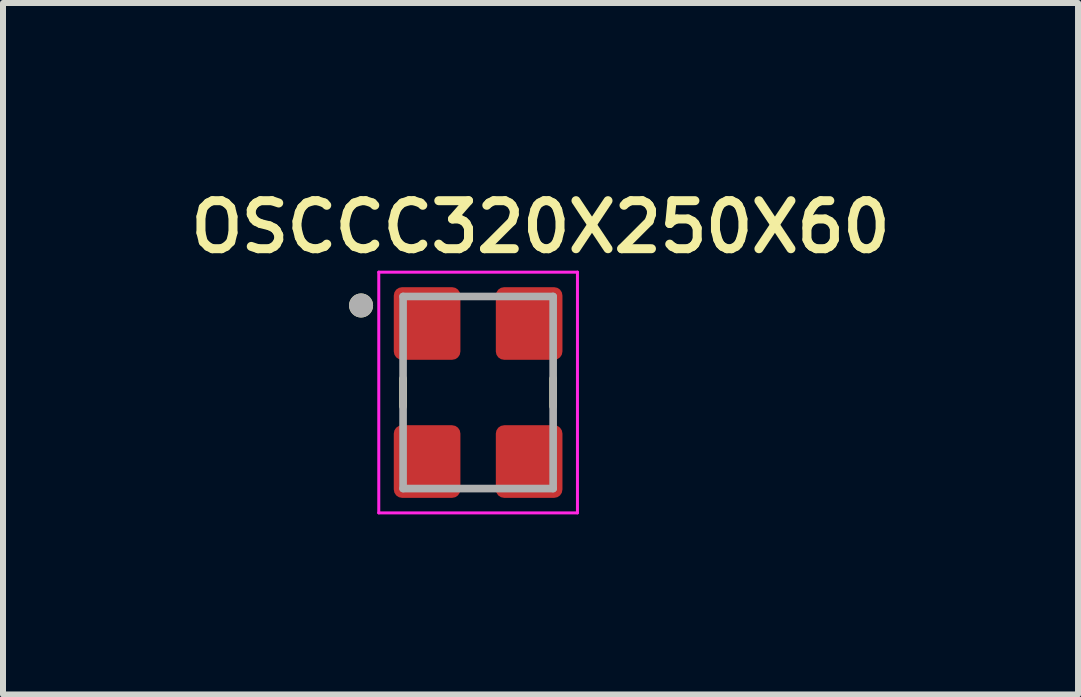
<source format=kicad_pcb>
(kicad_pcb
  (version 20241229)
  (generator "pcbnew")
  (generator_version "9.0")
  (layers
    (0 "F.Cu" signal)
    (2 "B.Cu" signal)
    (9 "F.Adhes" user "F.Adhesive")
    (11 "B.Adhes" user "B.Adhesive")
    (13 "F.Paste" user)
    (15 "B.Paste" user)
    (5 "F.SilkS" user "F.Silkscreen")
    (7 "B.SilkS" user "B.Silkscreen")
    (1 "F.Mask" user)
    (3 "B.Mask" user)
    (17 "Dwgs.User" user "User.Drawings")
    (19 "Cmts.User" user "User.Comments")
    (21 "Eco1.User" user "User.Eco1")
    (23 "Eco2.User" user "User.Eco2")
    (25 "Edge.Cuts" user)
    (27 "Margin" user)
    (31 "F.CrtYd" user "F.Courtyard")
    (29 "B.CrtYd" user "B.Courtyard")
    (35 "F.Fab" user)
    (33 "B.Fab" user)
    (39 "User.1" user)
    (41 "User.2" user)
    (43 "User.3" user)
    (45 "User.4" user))
  (footprint "OSCCC320X250X60"
    (layer "F.Cu")
    (at 4.915 3.489)
    (property "Reference" "OSCCC320X250X60" (at 1.04 -2.758 0) (layer "F.SilkS") (effects (font (size 0.8 0.8) (thickness 0.15))))
    (attr smd)
    (fp_line (start -1.25 0.232) (end -1.25 -0.232) (stroke (width 0.127) (type solid)) (layer "F.SilkS"))
    (fp_line (start 1.25 -0.232) (end 1.25 0.232) (stroke (width 0.127) (type solid)) (layer "F.SilkS"))
    (fp_circle (center -1.95 -1.45) (end -1.85 -1.45) (stroke (width 0.2) (type solid)) (fill no) (layer "F.SilkS"))
    (fp_line (start -1.655 -2.005) (end 1.655 -2.005) (stroke (width 0.05) (type solid)) (layer "F.CrtYd"))
    (fp_line (start -1.655 2.005) (end -1.655 -2.005) (stroke (width 0.05) (type solid)) (layer "F.CrtYd"))
    (fp_line (start 1.655 -2.005) (end 1.655 2.005) (stroke (width 0.05) (type solid)) (layer "F.CrtYd"))
    (fp_line (start 1.655 2.005) (end -1.655 2.005) (stroke (width 0.05) (type solid)) (layer "F.CrtYd"))
    (fp_line (start -1.25 -1.6) (end 1.25 -1.6) (stroke (width 0.127) (type solid)) (layer "F.Fab"))
    (fp_line (start -1.25 1.6) (end -1.25 -1.6) (stroke (width 0.127) (type solid)) (layer "F.Fab"))
    (fp_line (start 1.25 -1.6) (end 1.25 1.6) (stroke (width 0.127) (type solid)) (layer "F.Fab"))
    (fp_line (start 1.25 1.6) (end -1.25 1.6) (stroke (width 0.127) (type solid)) (layer "F.Fab"))
    (fp_circle (center -1.95 -1.45) (end -1.85 -1.45) (stroke (width 0.2) (type solid)) (fill no) (layer "F.Fab"))
    (pad "1" smd roundrect (at -0.85 -1.15) (size 1.11 1.21) (layers "F.Cu" "F.Mask" "F.Paste") (roundrect_rratio 0.125))
    (pad "2" smd roundrect (at -0.85 1.15) (size 1.11 1.21) (layers "F.Cu" "F.Mask" "F.Paste") (roundrect_rratio 0.125))
    (pad "3" smd roundrect (at 0.85 1.15) (size 1.11 1.21) (layers "F.Cu" "F.Mask" "F.Paste") (roundrect_rratio 0.125))
    (pad "4" smd roundrect (at 0.85 -1.15) (size 1.11 1.21) (layers "F.Cu" "F.Mask" "F.Paste") (roundrect_rratio 0.125)))
  (gr_rect
    (start -3 -3)
    (end 14.909 8.519)
    (stroke (width 0.1) (type default))
    (fill no)
    (layer "Edge.Cuts")))
</source>
